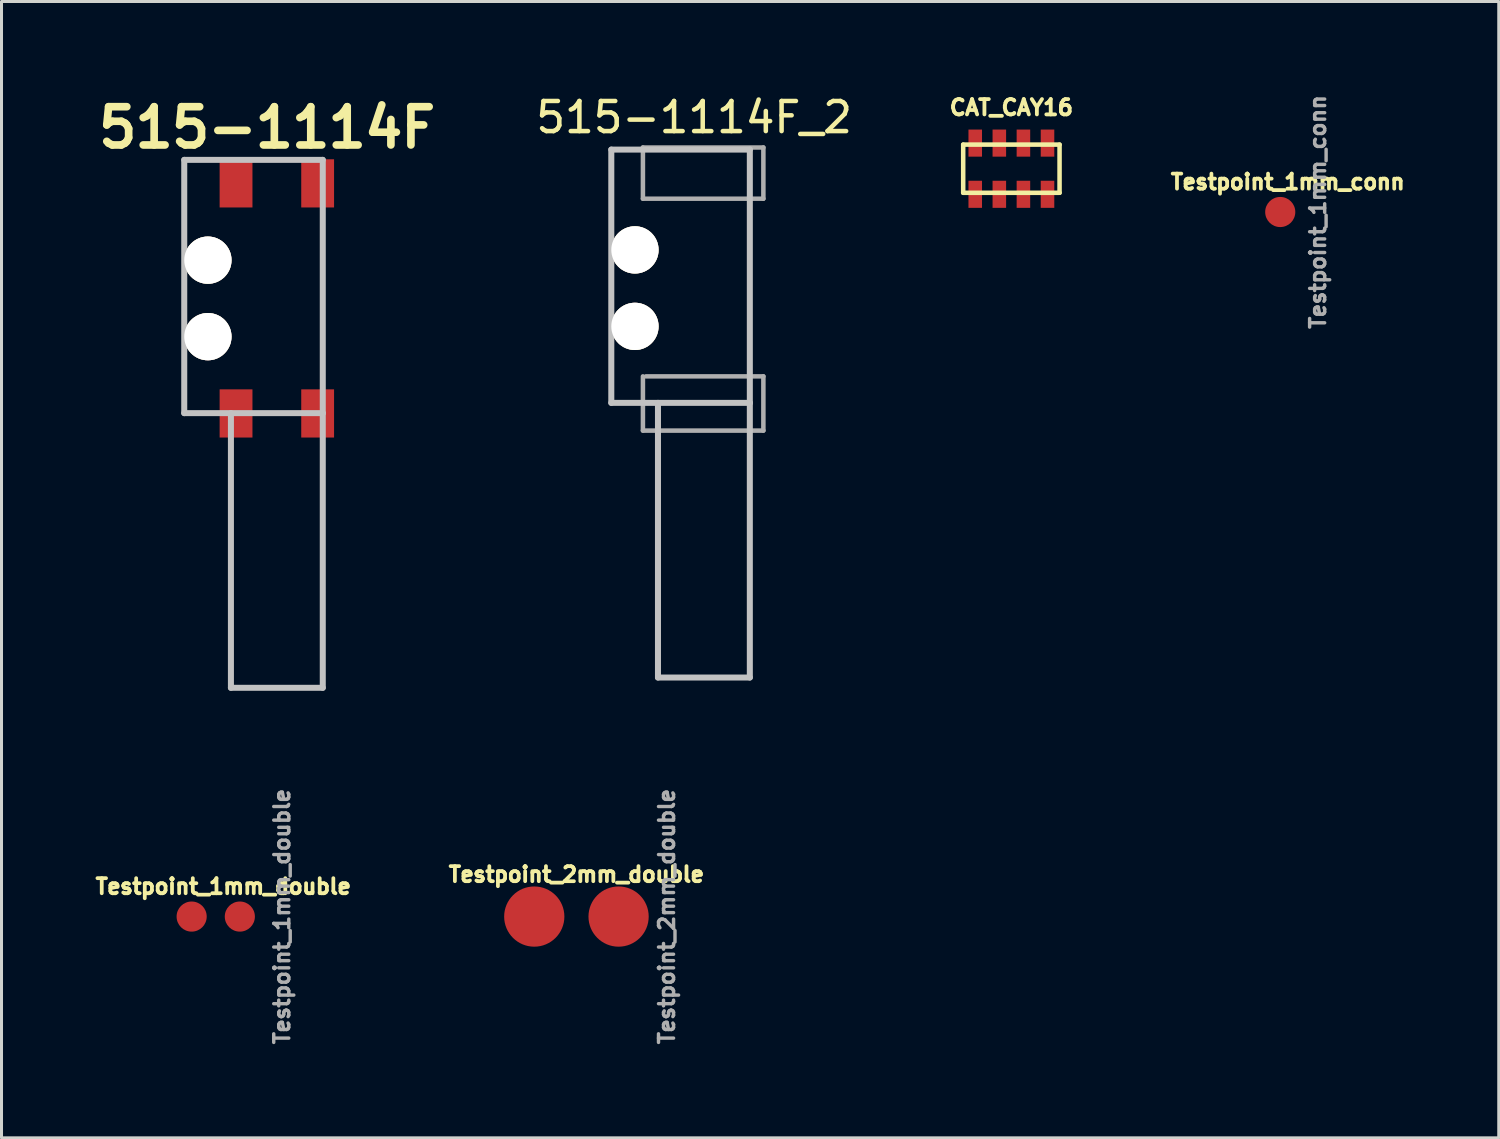
<source format=kicad_pcb>
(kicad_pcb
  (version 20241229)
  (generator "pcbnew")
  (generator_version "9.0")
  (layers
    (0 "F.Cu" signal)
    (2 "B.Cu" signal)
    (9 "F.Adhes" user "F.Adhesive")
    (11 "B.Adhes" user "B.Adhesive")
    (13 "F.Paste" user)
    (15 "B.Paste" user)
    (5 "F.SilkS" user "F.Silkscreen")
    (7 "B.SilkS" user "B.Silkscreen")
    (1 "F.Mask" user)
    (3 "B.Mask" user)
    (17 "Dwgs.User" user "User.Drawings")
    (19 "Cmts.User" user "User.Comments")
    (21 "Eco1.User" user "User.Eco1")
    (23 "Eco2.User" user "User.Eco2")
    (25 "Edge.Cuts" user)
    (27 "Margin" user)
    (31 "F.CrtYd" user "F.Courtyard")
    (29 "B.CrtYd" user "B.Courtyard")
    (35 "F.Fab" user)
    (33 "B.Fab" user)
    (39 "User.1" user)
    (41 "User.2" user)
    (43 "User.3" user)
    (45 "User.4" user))
  (footprint "Testpoint_1mm_conn"
    (layer "F.Cu")
    (at 39.462 3.99)
    (property "Reference" "Testpoint_1mm_conn" (at 0.25 -1 0) (layer "F.SilkS") (effects (font (size 0.5 0.5) (thickness 0.125))))
    (attr through_hole)
    (fp_text user "${REFERENCE}" (at 1.25 0 90) (layer "F.Fab") (effects (font (size 0.5 0.5) (thickness 0.114))))
    (pad "1" connect circle (at 0 0) (size 1 1) (layers "F.Cu" "F.Mask")))
  (footprint "Testpoint_1mm_double"
    (layer "F.Cu")
    (at 4.114 27.386)
    (property "Reference" "Testpoint_1mm_double" (at 0.25 -1 0) (layer "F.SilkS") (effects (font (size 0.5 0.5) (thickness 0.125))))
    (attr through_hole)
    (fp_text user "${REFERENCE}" (at 2.2 0 90) (layer "F.Fab") (effects (font (size 0.5 0.5) (thickness 0.114))))
    (pad "1" connect circle (at -0.8 0) (size 1 1) (layers "F.Cu" "F.Mask"))
    (pad "1" connect circle (at 0.8 0) (size 1 1) (layers "F.Cu" "F.Mask")))
  (footprint "CAT_CAY16"
    (layer "F.Cu")
    (at 30.534 2.552)
    (property "Reference" "CAT_CAY16" (at 0 -2.032 0) (layer "F.SilkS") (effects (font (size 0.508 0.508) (thickness 0.127))))
    (attr through_hole)
    (fp_line (start -1.6 -0.8) (end 1.6 -0.8) (stroke (width 0.15) (type solid)) (layer "F.SilkS"))
    (fp_line (start -1.6 0.8) (end -1.6 -0.8) (stroke (width 0.15) (type solid)) (layer "F.SilkS"))
    (fp_line (start 1.6 -0.8) (end 1.6 0.8) (stroke (width 0.15) (type solid)) (layer "F.SilkS"))
    (fp_line (start 1.6 0.8) (end -1.6 0.8) (stroke (width 0.15) (type solid)) (layer "F.SilkS"))
    (pad "1" smd rect (at -1.2 0.85) (size 0.45 0.9) (layers "F.Cu" "F.Mask" "F.Paste"))
    (pad "2" smd rect (at -0.4 0.85) (size 0.45 0.9) (layers "F.Cu" "F.Mask" "F.Paste"))
    (pad "3" smd rect (at 0.4 0.85) (size 0.45 0.9) (layers "F.Cu" "F.Mask" "F.Paste"))
    (pad "4" smd rect (at 1.2 0.85) (size 0.45 0.9) (layers "F.Cu" "F.Mask" "F.Paste"))
    (pad "5" smd rect (at 1.2 -0.85) (size 0.45 0.9) (layers "F.Cu" "F.Mask" "F.Paste"))
    (pad "6" smd rect (at 0.4 -0.85) (size 0.45 0.9) (layers "F.Cu" "F.Mask" "F.Paste"))
    (pad "7" smd rect (at -0.4 -0.85) (size 0.45 0.9) (layers "F.Cu" "F.Mask" "F.Paste"))
    (pad "8" smd rect (at -1.2 -0.85) (size 0.45 0.9) (layers "F.Cu" "F.Mask" "F.Paste")))
  (footprint "Testpoint_2mm_double"
    (layer "F.Cu")
    (at 16.091 27.386)
    (property "Reference" "Testpoint_2mm_double" (at 0 -1.4 0) (layer "F.SilkS") (effects (font (size 0.5 0.5) (thickness 0.125))))
    (attr through_hole)
    (fp_text user "${REFERENCE}" (at 3 0 90) (layer "F.Fab") (effects (font (size 0.5 0.5) (thickness 0.114))))
    (pad "1" connect circle (at -1.4 0) (size 2 2) (layers "F.Cu" "F.Mask"))
    (pad "1" smd circle (at 1.4 0) (size 2 2) (layers "F.Cu" "F.Mask")))
  (footprint "515-1114F_2"
    (layer "F.Cu")
    (at 18.799 19.448)
    (property "Reference" "515-1114F_2" (at 1.2 -18.6 0) (layer "F.SilkS") (effects (font (size 1 1) (thickness 0.15))))
    (attr through_hole)
    (fp_line (start -1.55 -17.53) (end 3.05 -17.53) (stroke (width 0.2) (type solid)) (layer "Dwgs.User"))
    (fp_line (start -1.55 -9.12) (end -1.55 -17.53) (stroke (width 0.2) (type solid)) (layer "Dwgs.User"))
    (fp_line (start 0 -9.12) (end 0 0) (stroke (width 0.2) (type solid)) (layer "Dwgs.User"))
    (fp_line (start 0 0) (end 3.05 0) (stroke (width 0.2) (type solid)) (layer "Dwgs.User"))
    (fp_line (start 3.05 -17.53) (end 3.05 -9.12) (stroke (width 0.2) (type solid)) (layer "Dwgs.User"))
    (fp_line (start 3.05 -9.12) (end -1.55 -9.12) (stroke (width 0.2) (type solid)) (layer "Dwgs.User"))
    (fp_line (start 3.05 0) (end 3.05 -9.12) (stroke (width 0.2) (type solid)) (layer "Dwgs.User"))
    (fp_line (start -0.5 -17.6) (end -0.5 -15.9) (stroke (width 0.15) (type solid)) (layer "F.Fab"))
    (fp_line (start -0.5 -15.9) (end 3.5 -15.9) (stroke (width 0.15) (type solid)) (layer "F.Fab"))
    (fp_line (start -0.5 -8.2) (end -0.5 -10) (stroke (width 0.15) (type solid)) (layer "F.Fab"))
    (fp_line (start -0.4 -10) (end 3.5 -10) (stroke (width 0.15) (type solid)) (layer "F.Fab"))
    (fp_line (start 3.5 -17.6) (end -0.5 -17.6) (stroke (width 0.15) (type solid)) (layer "F.Fab"))
    (fp_line (start 3.5 -15.9) (end 3.5 -17.6) (stroke (width 0.15) (type solid)) (layer "F.Fab"))
    (fp_line (start 3.5 -10) (end 3.5 -8.2) (stroke (width 0.15) (type solid)) (layer "F.Fab"))
    (fp_line (start 3.5 -8.2) (end -0.5 -8.2) (stroke (width 0.15) (type solid)) (layer "F.Fab"))
    (pad "15" thru_hole circle (at -0.765 -14.2 90) (size 1.57 1.57) (drill 1.57) (layers "*.Cu" "*.Mask" "F.SilkS"))
    (pad "16" thru_hole circle (at -0.765 -11.66 90) (size 1.57 1.57) (drill 1.57) (layers "*.Cu" "*.Mask" "F.SilkS")))
  (footprint "515-1114F"
    (layer "F.Cu")
    (at 4.618 19.789)
    (property "Reference" "515-1114F" (at 1.2 -18.6 0) (layer "F.SilkS") (effects (font (size 1.27 1.27) (thickness 0.254))))
    (attr through_hole)
    (fp_line (start -1.55 -17.53) (end 3.05 -17.53) (stroke (width 0.2) (type solid)) (layer "Dwgs.User"))
    (fp_line (start -1.55 -9.12) (end -1.55 -17.53) (stroke (width 0.2) (type solid)) (layer "Dwgs.User"))
    (fp_line (start 0 -9.12) (end 0 0) (stroke (width 0.2) (type solid)) (layer "Dwgs.User"))
    (fp_line (start 0 0) (end 3.05 0) (stroke (width 0.2) (type solid)) (layer "Dwgs.User"))
    (fp_line (start 3.05 -17.53) (end 3.05 -9.12) (stroke (width 0.2) (type solid)) (layer "Dwgs.User"))
    (fp_line (start 3.05 -9.12) (end -1.55 -9.12) (stroke (width 0.2) (type solid)) (layer "Dwgs.User"))
    (fp_line (start 3.05 0) (end 3.05 -9.12) (stroke (width 0.2) (type solid)) (layer "Dwgs.User"))
    (pad "5" smd rect (at 0.17 -16.75) (size 1.09 1.6) (layers "F.Cu" "F.Mask" "F.Paste"))
    (pad "6" smd rect (at 2.88 -16.75) (size 1.09 1.6) (layers "F.Cu" "F.Mask" "F.Paste"))
    (pad "11" smd rect (at 0.17 -9.11) (size 1.09 1.6) (layers "F.Cu" "F.Mask" "F.Paste"))
    (pad "12" smd rect (at 2.88 -9.11) (size 1.09 1.6) (layers "F.Cu" "F.Mask" "F.Paste"))
    (pad "15" thru_hole circle (at -0.765 -14.2 90) (size 1.57 1.57) (drill 1.57) (layers "*.Cu" "*.Mask" "F.SilkS"))
    (pad "16" thru_hole circle (at -0.765 -11.66 90) (size 1.57 1.57) (drill 1.57) (layers "*.Cu" "*.Mask" "F.SilkS")))
  (gr_rect
    (start -3 -3)
    (end 46.718 34.733)
    (stroke (width 0.1) (type default))
    (fill no)
    (layer "Edge.Cuts")))
</source>
